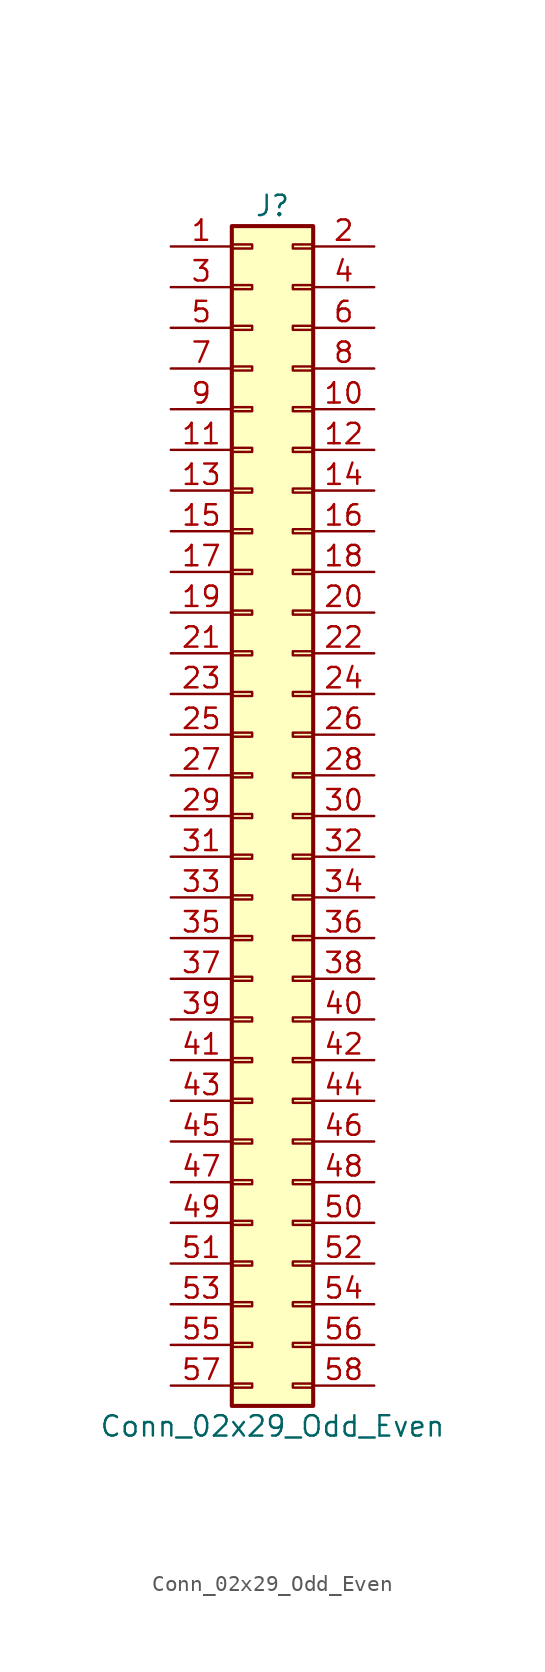
<source format=kicad_sym>
(kicad_symbol_lib
  (version 20201005)
  (generator kicad_symbol_editor)
  (symbol "Conn_02x29_Odd_Even"
    (pin_names
      (offset 1.016) hide)
    (property "Reference" "J"
      (at 1.27 38.1 0)
      (effects (font (size 1.27 1.27))))
    (property "Value" "Conn_02x29_Odd_Even"
      (at 1.27 -38.1 0)
      (effects (font (size 1.27 1.27))))
    (symbol "Conn_02x29_Odd_Even_1_1"
      (rectangle (start -1.27 -35.433) (end 0 -35.687) (stroke (width 0.152)) (fill (type none)))
      (rectangle (start -1.27 -32.893) (end 0 -33.147) (stroke (width 0.152)) (fill (type none)))
      (rectangle (start -1.27 -30.353) (end 0 -30.607) (stroke (width 0.152)) (fill (type none)))
      (rectangle (start -1.27 -27.813) (end 0 -28.067) (stroke (width 0.152)) (fill (type none)))
      (rectangle (start -1.27 -25.273) (end 0 -25.527) (stroke (width 0.152)) (fill (type none)))
      (rectangle (start -1.27 -22.733) (end 0 -22.987) (stroke (width 0.152)) (fill (type none)))
      (rectangle (start -1.27 -20.193) (end 0 -20.447) (stroke (width 0.152)) (fill (type none)))
      (rectangle (start -1.27 -17.653) (end 0 -17.907) (stroke (width 0.152)) (fill (type none)))
      (rectangle (start -1.27 -15.113) (end 0 -15.367) (stroke (width 0.152)) (fill (type none)))
      (rectangle (start -1.27 -12.573) (end 0 -12.827) (stroke (width 0.152)) (fill (type none)))
      (rectangle (start -1.27 -10.033) (end 0 -10.287) (stroke (width 0.152)) (fill (type none)))
      (rectangle (start -1.27 -7.493) (end 0 -7.747) (stroke (width 0.152)) (fill (type none)))
      (rectangle (start -1.27 -4.953) (end 0 -5.207) (stroke (width 0.152)) (fill (type none)))
      (rectangle (start -1.27 -2.413) (end 0 -2.667) (stroke (width 0.152)) (fill (type none)))
      (rectangle (start -1.27 0.127) (end 0 -0.127) (stroke (width 0.152)) (fill (type none)))
      (rectangle (start -1.27 2.667) (end 0 2.413) (stroke (width 0.152)) (fill (type none)))
      (rectangle (start -1.27 5.207) (end 0 4.953) (stroke (width 0.152)) (fill (type none)))
      (rectangle (start -1.27 7.747) (end 0 7.493) (stroke (width 0.152)) (fill (type none)))
      (rectangle (start -1.27 10.287) (end 0 10.033) (stroke (width 0.152)) (fill (type none)))
      (rectangle (start -1.27 12.827) (end 0 12.573) (stroke (width 0.152)) (fill (type none)))
      (rectangle (start -1.27 15.367) (end 0 15.113) (stroke (width 0.152)) (fill (type none)))
      (rectangle (start -1.27 17.907) (end 0 17.653) (stroke (width 0.152)) (fill (type none)))
      (rectangle (start -1.27 20.447) (end 0 20.193) (stroke (width 0.152)) (fill (type none)))
      (rectangle (start -1.27 22.987) (end 0 22.733) (stroke (width 0.152)) (fill (type none)))
      (rectangle (start -1.27 25.527) (end 0 25.273) (stroke (width 0.152)) (fill (type none)))
      (rectangle (start -1.27 28.067) (end 0 27.813) (stroke (width 0.152)) (fill (type none)))
      (rectangle (start -1.27 30.607) (end 0 30.353) (stroke (width 0.152)) (fill (type none)))
      (rectangle (start -1.27 33.147) (end 0 32.893) (stroke (width 0.152)) (fill (type none)))
      (rectangle (start -1.27 35.687) (end 0 35.433) (stroke (width 0.152)) (fill (type none)))
      (rectangle (start 3.81 -35.433) (end 2.54 -35.687) (stroke (width 0.152)) (fill (type none)))
      (rectangle (start 3.81 -32.893) (end 2.54 -33.147) (stroke (width 0.152)) (fill (type none)))
      (rectangle (start 3.81 -30.353) (end 2.54 -30.607) (stroke (width 0.152)) (fill (type none)))
      (rectangle (start 3.81 -27.813) (end 2.54 -28.067) (stroke (width 0.152)) (fill (type none)))
      (rectangle (start 3.81 -25.273) (end 2.54 -25.527) (stroke (width 0.152)) (fill (type none)))
      (rectangle (start 3.81 -22.733) (end 2.54 -22.987) (stroke (width 0.152)) (fill (type none)))
      (rectangle (start 3.81 -20.193) (end 2.54 -20.447) (stroke (width 0.152)) (fill (type none)))
      (rectangle (start 3.81 -17.653) (end 2.54 -17.907) (stroke (width 0.152)) (fill (type none)))
      (rectangle (start 3.81 -15.113) (end 2.54 -15.367) (stroke (width 0.152)) (fill (type none)))
      (rectangle (start 3.81 -12.573) (end 2.54 -12.827) (stroke (width 0.152)) (fill (type none)))
      (rectangle (start 3.81 -10.033) (end 2.54 -10.287) (stroke (width 0.152)) (fill (type none)))
      (rectangle (start 3.81 -7.493) (end 2.54 -7.747) (stroke (width 0.152)) (fill (type none)))
      (rectangle (start 3.81 -4.953) (end 2.54 -5.207) (stroke (width 0.152)) (fill (type none)))
      (rectangle (start 3.81 -2.413) (end 2.54 -2.667) (stroke (width 0.152)) (fill (type none)))
      (rectangle (start 3.81 0.127) (end 2.54 -0.127) (stroke (width 0.152)) (fill (type none)))
      (rectangle (start 3.81 2.667) (end 2.54 2.413) (stroke (width 0.152)) (fill (type none)))
      (rectangle (start 3.81 5.207) (end 2.54 4.953) (stroke (width 0.152)) (fill (type none)))
      (rectangle (start 3.81 7.747) (end 2.54 7.493) (stroke (width 0.152)) (fill (type none)))
      (rectangle (start 3.81 10.287) (end 2.54 10.033) (stroke (width 0.152)) (fill (type none)))
      (rectangle (start 3.81 12.827) (end 2.54 12.573) (stroke (width 0.152)) (fill (type none)))
      (rectangle (start 3.81 15.367) (end 2.54 15.113) (stroke (width 0.152)) (fill (type none)))
      (rectangle (start 3.81 17.907) (end 2.54 17.653) (stroke (width 0.152)) (fill (type none)))
      (rectangle (start 3.81 20.447) (end 2.54 20.193) (stroke (width 0.152)) (fill (type none)))
      (rectangle (start 3.81 22.987) (end 2.54 22.733) (stroke (width 0.152)) (fill (type none)))
      (rectangle (start 3.81 25.527) (end 2.54 25.273) (stroke (width 0.152)) (fill (type none)))
      (rectangle (start 3.81 28.067) (end 2.54 27.813) (stroke (width 0.152)) (fill (type none)))
      (rectangle (start 3.81 30.607) (end 2.54 30.353) (stroke (width 0.152)) (fill (type none)))
      (rectangle (start 3.81 33.147) (end 2.54 32.893) (stroke (width 0.152)) (fill (type none)))
      (rectangle (start 3.81 35.687) (end 2.54 35.433) (stroke (width 0.152)) (fill (type none)))
      (rectangle (start -1.27 36.83) (end 3.81 -36.83) (stroke (width 0.254)) (fill (type background)))
      (pin passive line (at -5.08 35.56 0) (length 3.81) (name "Pin_1" (effects (font (size 1.27 1.27)))) (number "1" (effects (font (size 1.27 1.27)))))
      (pin passive line (at 7.62 25.4 180) (length 3.81) (name "Pin_10" (effects (font (size 1.27 1.27)))) (number "10" (effects (font (size 1.27 1.27)))))
      (pin passive line (at -5.08 22.86 0) (length 3.81) (name "Pin_11" (effects (font (size 1.27 1.27)))) (number "11" (effects (font (size 1.27 1.27)))))
      (pin passive line (at 7.62 22.86 180) (length 3.81) (name "Pin_12" (effects (font (size 1.27 1.27)))) (number "12" (effects (font (size 1.27 1.27)))))
      (pin passive line (at -5.08 20.32 0) (length 3.81) (name "Pin_13" (effects (font (size 1.27 1.27)))) (number "13" (effects (font (size 1.27 1.27)))))
      (pin passive line (at 7.62 20.32 180) (length 3.81) (name "Pin_14" (effects (font (size 1.27 1.27)))) (number "14" (effects (font (size 1.27 1.27)))))
      (pin passive line (at -5.08 17.78 0) (length 3.81) (name "Pin_15" (effects (font (size 1.27 1.27)))) (number "15" (effects (font (size 1.27 1.27)))))
      (pin passive line (at 7.62 17.78 180) (length 3.81) (name "Pin_16" (effects (font (size 1.27 1.27)))) (number "16" (effects (font (size 1.27 1.27)))))
      (pin passive line (at -5.08 15.24 0) (length 3.81) (name "Pin_17" (effects (font (size 1.27 1.27)))) (number "17" (effects (font (size 1.27 1.27)))))
      (pin passive line (at 7.62 15.24 180) (length 3.81) (name "Pin_18" (effects (font (size 1.27 1.27)))) (number "18" (effects (font (size 1.27 1.27)))))
      (pin passive line (at -5.08 12.7 0) (length 3.81) (name "Pin_19" (effects (font (size 1.27 1.27)))) (number "19" (effects (font (size 1.27 1.27)))))
      (pin passive line (at 7.62 35.56 180) (length 3.81) (name "Pin_2" (effects (font (size 1.27 1.27)))) (number "2" (effects (font (size 1.27 1.27)))))
      (pin passive line (at 7.62 12.7 180) (length 3.81) (name "Pin_20" (effects (font (size 1.27 1.27)))) (number "20" (effects (font (size 1.27 1.27)))))
      (pin passive line (at -5.08 10.16 0) (length 3.81) (name "Pin_21" (effects (font (size 1.27 1.27)))) (number "21" (effects (font (size 1.27 1.27)))))
      (pin passive line (at 7.62 10.16 180) (length 3.81) (name "Pin_22" (effects (font (size 1.27 1.27)))) (number "22" (effects (font (size 1.27 1.27)))))
      (pin passive line (at -5.08 7.62 0) (length 3.81) (name "Pin_23" (effects (font (size 1.27 1.27)))) (number "23" (effects (font (size 1.27 1.27)))))
      (pin passive line (at 7.62 7.62 180) (length 3.81) (name "Pin_24" (effects (font (size 1.27 1.27)))) (number "24" (effects (font (size 1.27 1.27)))))
      (pin passive line (at -5.08 5.08 0) (length 3.81) (name "Pin_25" (effects (font (size 1.27 1.27)))) (number "25" (effects (font (size 1.27 1.27)))))
      (pin passive line (at 7.62 5.08 180) (length 3.81) (name "Pin_26" (effects (font (size 1.27 1.27)))) (number "26" (effects (font (size 1.27 1.27)))))
      (pin passive line (at -5.08 2.54 0) (length 3.81) (name "Pin_27" (effects (font (size 1.27 1.27)))) (number "27" (effects (font (size 1.27 1.27)))))
      (pin passive line (at 7.62 2.54 180) (length 3.81) (name "Pin_28" (effects (font (size 1.27 1.27)))) (number "28" (effects (font (size 1.27 1.27)))))
      (pin passive line (at -5.08 0 0) (length 3.81) (name "Pin_29" (effects (font (size 1.27 1.27)))) (number "29" (effects (font (size 1.27 1.27)))))
      (pin passive line (at -5.08 33.02 0) (length 3.81) (name "Pin_3" (effects (font (size 1.27 1.27)))) (number "3" (effects (font (size 1.27 1.27)))))
      (pin passive line (at 7.62 0 180) (length 3.81) (name "Pin_30" (effects (font (size 1.27 1.27)))) (number "30" (effects (font (size 1.27 1.27)))))
      (pin passive line (at -5.08 -2.54 0) (length 3.81) (name "Pin_31" (effects (font (size 1.27 1.27)))) (number "31" (effects (font (size 1.27 1.27)))))
      (pin passive line (at 7.62 -2.54 180) (length 3.81) (name "Pin_32" (effects (font (size 1.27 1.27)))) (number "32" (effects (font (size 1.27 1.27)))))
      (pin passive line (at -5.08 -5.08 0) (length 3.81) (name "Pin_33" (effects (font (size 1.27 1.27)))) (number "33" (effects (font (size 1.27 1.27)))))
      (pin passive line (at 7.62 -5.08 180) (length 3.81) (name "Pin_34" (effects (font (size 1.27 1.27)))) (number "34" (effects (font (size 1.27 1.27)))))
      (pin passive line (at -5.08 -7.62 0) (length 3.81) (name "Pin_35" (effects (font (size 1.27 1.27)))) (number "35" (effects (font (size 1.27 1.27)))))
      (pin passive line (at 7.62 -7.62 180) (length 3.81) (name "Pin_36" (effects (font (size 1.27 1.27)))) (number "36" (effects (font (size 1.27 1.27)))))
      (pin passive line (at -5.08 -10.16 0) (length 3.81) (name "Pin_37" (effects (font (size 1.27 1.27)))) (number "37" (effects (font (size 1.27 1.27)))))
      (pin passive line (at 7.62 -10.16 180) (length 3.81) (name "Pin_38" (effects (font (size 1.27 1.27)))) (number "38" (effects (font (size 1.27 1.27)))))
      (pin passive line (at -5.08 -12.7 0) (length 3.81) (name "Pin_39" (effects (font (size 1.27 1.27)))) (number "39" (effects (font (size 1.27 1.27)))))
      (pin passive line (at 7.62 33.02 180) (length 3.81) (name "Pin_4" (effects (font (size 1.27 1.27)))) (number "4" (effects (font (size 1.27 1.27)))))
      (pin passive line (at 7.62 -12.7 180) (length 3.81) (name "Pin_40" (effects (font (size 1.27 1.27)))) (number "40" (effects (font (size 1.27 1.27)))))
      (pin passive line (at -5.08 -15.24 0) (length 3.81) (name "Pin_41" (effects (font (size 1.27 1.27)))) (number "41" (effects (font (size 1.27 1.27)))))
      (pin passive line (at 7.62 -15.24 180) (length 3.81) (name "Pin_42" (effects (font (size 1.27 1.27)))) (number "42" (effects (font (size 1.27 1.27)))))
      (pin passive line (at -5.08 -17.78 0) (length 3.81) (name "Pin_43" (effects (font (size 1.27 1.27)))) (number "43" (effects (font (size 1.27 1.27)))))
      (pin passive line (at 7.62 -17.78 180) (length 3.81) (name "Pin_44" (effects (font (size 1.27 1.27)))) (number "44" (effects (font (size 1.27 1.27)))))
      (pin passive line (at -5.08 -20.32 0) (length 3.81) (name "Pin_45" (effects (font (size 1.27 1.27)))) (number "45" (effects (font (size 1.27 1.27)))))
      (pin passive line (at 7.62 -20.32 180) (length 3.81) (name "Pin_46" (effects (font (size 1.27 1.27)))) (number "46" (effects (font (size 1.27 1.27)))))
      (pin passive line (at -5.08 -22.86 0) (length 3.81) (name "Pin_47" (effects (font (size 1.27 1.27)))) (number "47" (effects (font (size 1.27 1.27)))))
      (pin passive line (at 7.62 -22.86 180) (length 3.81) (name "Pin_48" (effects (font (size 1.27 1.27)))) (number "48" (effects (font (size 1.27 1.27)))))
      (pin passive line (at -5.08 -25.4 0) (length 3.81) (name "Pin_49" (effects (font (size 1.27 1.27)))) (number "49" (effects (font (size 1.27 1.27)))))
      (pin passive line (at -5.08 30.48 0) (length 3.81) (name "Pin_5" (effects (font (size 1.27 1.27)))) (number "5" (effects (font (size 1.27 1.27)))))
      (pin passive line (at 7.62 -25.4 180) (length 3.81) (name "Pin_50" (effects (font (size 1.27 1.27)))) (number "50" (effects (font (size 1.27 1.27)))))
      (pin passive line (at -5.08 -27.94 0) (length 3.81) (name "Pin_51" (effects (font (size 1.27 1.27)))) (number "51" (effects (font (size 1.27 1.27)))))
      (pin passive line (at 7.62 -27.94 180) (length 3.81) (name "Pin_52" (effects (font (size 1.27 1.27)))) (number "52" (effects (font (size 1.27 1.27)))))
      (pin passive line (at -5.08 -30.48 0) (length 3.81) (name "Pin_53" (effects (font (size 1.27 1.27)))) (number "53" (effects (font (size 1.27 1.27)))))
      (pin passive line (at 7.62 -30.48 180) (length 3.81) (name "Pin_54" (effects (font (size 1.27 1.27)))) (number "54" (effects (font (size 1.27 1.27)))))
      (pin passive line (at -5.08 -33.02 0) (length 3.81) (name "Pin_55" (effects (font (size 1.27 1.27)))) (number "55" (effects (font (size 1.27 1.27)))))
      (pin passive line (at 7.62 -33.02 180) (length 3.81) (name "Pin_56" (effects (font (size 1.27 1.27)))) (number "56" (effects (font (size 1.27 1.27)))))
      (pin passive line (at -5.08 -35.56 0) (length 3.81) (name "Pin_57" (effects (font (size 1.27 1.27)))) (number "57" (effects (font (size 1.27 1.27)))))
      (pin passive line (at 7.62 -35.56 180) (length 3.81) (name "Pin_58" (effects (font (size 1.27 1.27)))) (number "58" (effects (font (size 1.27 1.27)))))
      (pin passive line (at 7.62 30.48 180) (length 3.81) (name "Pin_6" (effects (font (size 1.27 1.27)))) (number "6" (effects (font (size 1.27 1.27)))))
      (pin passive line (at -5.08 27.94 0) (length 3.81) (name "Pin_7" (effects (font (size 1.27 1.27)))) (number "7" (effects (font (size 1.27 1.27)))))
      (pin passive line (at 7.62 27.94 180) (length 3.81) (name "Pin_8" (effects (font (size 1.27 1.27)))) (number "8" (effects (font (size 1.27 1.27)))))
      (pin passive line (at -5.08 25.4 0) (length 3.81) (name "Pin_9" (effects (font (size 1.27 1.27)))) (number "9" (effects (font (size 1.27 1.27))))))))
</source>
